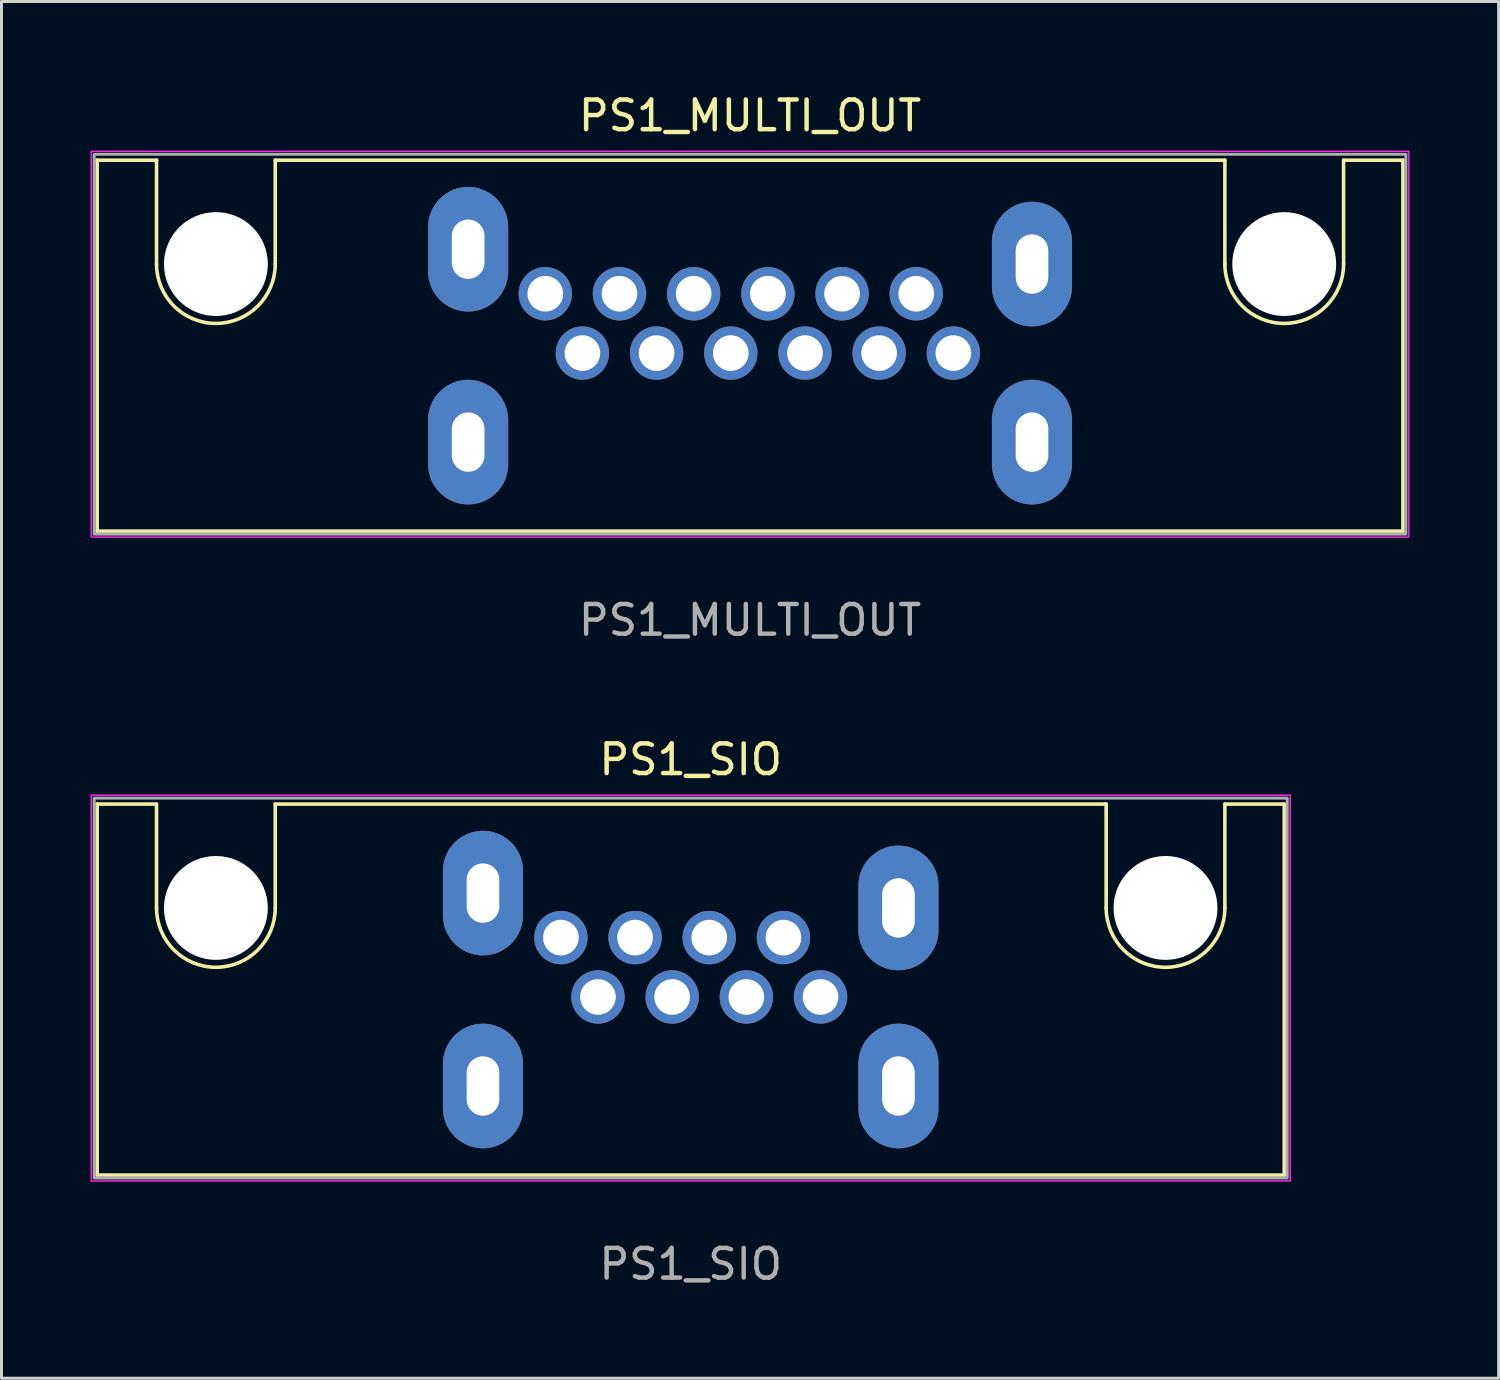
<source format=kicad_pcb>
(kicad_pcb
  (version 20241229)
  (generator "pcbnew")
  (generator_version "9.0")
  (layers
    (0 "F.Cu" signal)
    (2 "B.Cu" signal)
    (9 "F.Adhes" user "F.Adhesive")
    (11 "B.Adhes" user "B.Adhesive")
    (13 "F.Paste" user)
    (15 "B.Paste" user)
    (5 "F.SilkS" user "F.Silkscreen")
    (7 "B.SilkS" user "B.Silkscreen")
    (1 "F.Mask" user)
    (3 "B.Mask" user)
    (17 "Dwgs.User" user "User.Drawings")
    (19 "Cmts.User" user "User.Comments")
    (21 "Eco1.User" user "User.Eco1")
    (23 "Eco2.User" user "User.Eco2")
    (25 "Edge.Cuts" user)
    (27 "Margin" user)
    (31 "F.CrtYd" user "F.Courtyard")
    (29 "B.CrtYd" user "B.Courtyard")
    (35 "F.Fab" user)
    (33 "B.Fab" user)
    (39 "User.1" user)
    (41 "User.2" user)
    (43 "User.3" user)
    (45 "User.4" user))
  (footprint "PS1_MULTI_OUT"
    (layer "F.Cu")
    (at 22.225 14.848)
    (property "Reference" "PS1_MULTI_OUT" (at 0 -14 0) (unlocked yes) (layer "F.SilkS") (effects (font (size 1 1) (thickness 0.15))))
    (attr through_hole)
    (fp_line (start -22 -12.5) (end -20 -12.5) (stroke (width 0.12) (type default)) (layer "F.SilkS"))
    (fp_line (start -22 0) (end -22 -12.5) (stroke (width 0.12) (type default)) (layer "F.SilkS"))
    (fp_line (start -22 0) (end 22 0) (stroke (width 0.12) (type default)) (layer "F.SilkS"))
    (fp_line (start -20 -12.5) (end -20 -9) (stroke (width 0.12) (type default)) (layer "F.SilkS"))
    (fp_line (start -16 -12.5) (end -16 -9) (stroke (width 0.12) (type default)) (layer "F.SilkS"))
    (fp_line (start 16 -12.5) (end -16 -12.5) (stroke (width 0.12) (type default)) (layer "F.SilkS"))
    (fp_line (start 16 -9) (end 16 -12.5) (stroke (width 0.12) (type default)) (layer "F.SilkS"))
    (fp_line (start 20 -12.5) (end 20 -9) (stroke (width 0.12) (type default)) (layer "F.SilkS"))
    (fp_line (start 22 -12.5) (end 20 -12.5) (stroke (width 0.12) (type default)) (layer "F.SilkS"))
    (fp_line (start 22 0) (end 22 -12.5) (stroke (width 0.12) (type default)) (layer "F.SilkS"))
    (fp_arc (start -16 -9) (mid -18 -7) (end -20 -9) (stroke (width 0.12) (type default)) (layer "F.SilkS"))
    (fp_arc (start 20 -9) (mid 18 -7) (end 16 -9) (stroke (width 0.12) (type default)) (layer "F.SilkS"))
    (fp_rect (start -22.2 -12.8) (end 22.2 0.2) (stroke (width 0.05) (type default)) (fill no) (layer "F.CrtYd"))
    (fp_rect (start -22.1 -12.7) (end 22.1 0.1) (stroke (width 0.1) (type default)) (fill no) (layer "F.Fab"))
    (fp_line (start -8 0) (end 12 0) (stroke (width 0.12) (type default)) (layer "User.1"))
    (fp_text user "${REFERENCE}" (at 0 3 0) (unlocked yes) (layer "F.Fab") (effects (font (size 1 1) (thickness 0.15))))
    (pad "" np_thru_hole circle (at -18 -9) (size 3.5 3.5) (drill 3.5) (layers "*.Cu"))
    (pad "" np_thru_hole circle (at 18 -9) (size 3.5 3.5) (drill 3.5) (layers "*.Cu"))
    (pad "1" thru_hole circle (at 6.85 -6) (size 1.8 1.8) (drill 1.2) (layers "*.Cu" "*.Mask"))
    (pad "2" thru_hole circle (at 5.6 -8) (size 1.8 1.8) (drill 1.2) (layers "*.Cu" "*.Mask"))
    (pad "3" thru_hole circle (at 4.35 -6) (size 1.8 1.8) (drill 1.2) (layers "*.Cu" "*.Mask"))
    (pad "4" thru_hole circle (at 3.1 -8) (size 1.8 1.8) (drill 1.2) (layers "*.Cu" "*.Mask"))
    (pad "5" thru_hole circle (at 1.85 -6) (size 1.8 1.8) (drill 1.2) (layers "*.Cu" "*.Mask"))
    (pad "6" thru_hole circle (at 0.6 -8) (size 1.8 1.8) (drill 1.2) (layers "*.Cu" "*.Mask"))
    (pad "7" thru_hole circle (at -0.65 -6) (size 1.8 1.8) (drill 1.2) (layers "*.Cu" "*.Mask"))
    (pad "8" thru_hole circle (at -1.9 -8) (size 1.8 1.8) (drill 1.2) (layers "*.Cu" "*.Mask"))
    (pad "9" thru_hole circle (at -3.15 -6) (size 1.8 1.8) (drill 1.2) (layers "*.Cu" "*.Mask"))
    (pad "10" thru_hole circle (at -4.4 -8) (size 1.8 1.8) (drill 1.2) (layers "*.Cu" "*.Mask"))
    (pad "11" thru_hole circle (at -5.65 -6) (size 1.8 1.8) (drill 1.2) (layers "*.Cu" "*.Mask"))
    (pad "12" thru_hole circle (at -6.9 -8) (size 1.8 1.8) (drill 1.2) (layers "*.Cu" "*.Mask"))
    (pad "S" thru_hole oval (at -9.5 -9.5) (size 2.7 4.2) (drill oval 1.1 2) (layers "*.Cu" "*.Mask"))
    (pad "S" thru_hole oval (at -9.5 -3) (size 2.7 4.2) (drill oval 1.1 2) (layers "*.Cu" "*.Mask"))
    (pad "S" thru_hole oval (at 9.5 -9) (size 2.7 4.2) (drill oval 1.1 2) (layers "*.Cu" "*.Mask"))
    (pad "S" thru_hole oval (at 9.5 -3) (size 2.7 4.2) (drill oval 1.1 2) (layers "*.Cu" "*.Mask")))
  (footprint "PS1_SIO"
    (layer "F.Cu")
    (at 20.225 36.545)
    (property "Reference" "PS1_SIO" (at 0 -14 0) (unlocked yes) (layer "F.SilkS") (effects (font (size 1 1) (thickness 0.15))))
    (attr through_hole)
    (fp_line (start -20 -12.5) (end -18 -12.5) (stroke (width 0.12) (type default)) (layer "F.SilkS"))
    (fp_line (start -20 0) (end -20 -12.5) (stroke (width 0.12) (type default)) (layer "F.SilkS"))
    (fp_line (start -20 0) (end 20 0) (stroke (width 0.12) (type default)) (layer "F.SilkS"))
    (fp_line (start -18 -12.5) (end -18 -9) (stroke (width 0.12) (type default)) (layer "F.SilkS"))
    (fp_line (start -14 -12.5) (end -14 -9) (stroke (width 0.12) (type default)) (layer "F.SilkS"))
    (fp_line (start 14 -12.5) (end -14 -12.5) (stroke (width 0.12) (type default)) (layer "F.SilkS"))
    (fp_line (start 14 -9) (end 14 -12.5) (stroke (width 0.12) (type default)) (layer "F.SilkS"))
    (fp_line (start 18 -12.5) (end 18 -9) (stroke (width 0.12) (type default)) (layer "F.SilkS"))
    (fp_line (start 20 -12.5) (end 18 -12.5) (stroke (width 0.12) (type default)) (layer "F.SilkS"))
    (fp_line (start 20 0) (end 20 -12.5) (stroke (width 0.12) (type default)) (layer "F.SilkS"))
    (fp_arc (start -14 -9) (mid -16 -7) (end -18 -9) (stroke (width 0.12) (type default)) (layer "F.SilkS"))
    (fp_arc (start 18 -9) (mid 16 -7) (end 14 -9) (stroke (width 0.12) (type default)) (layer "F.SilkS"))
    (fp_rect (start -20.2 -12.8) (end 20.2 0.2) (stroke (width 0.05) (type default)) (fill no) (layer "F.CrtYd"))
    (fp_rect (start -20.1 -12.7) (end 20.1 0.1) (stroke (width 0.1) (type default)) (fill no) (layer "F.Fab"))
    (fp_line (start -10 0) (end 10 0) (stroke (width 0.12) (type default)) (layer "User.1"))
    (fp_text user "${REFERENCE}" (at 0 3 0) (unlocked yes) (layer "F.Fab") (effects (font (size 1 1) (thickness 0.15))))
    (pad "" np_thru_hole circle (at -16 -9) (size 3.5 3.5) (drill 3.5) (layers "*.Cu"))
    (pad "" np_thru_hole circle (at 16 -9) (size 3.5 3.5) (drill 3.5) (layers "*.Cu"))
    (pad "1" thru_hole circle (at 4.375 -6) (size 1.8 1.8) (drill 1.2) (layers "*.Cu" "*.Mask"))
    (pad "2" thru_hole circle (at 3.125 -8) (size 1.8 1.8) (drill 1.2) (layers "*.Cu" "*.Mask"))
    (pad "3" thru_hole circle (at 1.875 -6) (size 1.8 1.8) (drill 1.2) (layers "*.Cu" "*.Mask"))
    (pad "4" thru_hole circle (at 0.625 -8) (size 1.8 1.8) (drill 1.2) (layers "*.Cu" "*.Mask"))
    (pad "5" thru_hole circle (at -0.625 -6) (size 1.8 1.8) (drill 1.2) (layers "*.Cu" "*.Mask"))
    (pad "6" thru_hole circle (at -1.875 -8) (size 1.8 1.8) (drill 1.2) (layers "*.Cu" "*.Mask"))
    (pad "7" thru_hole circle (at -3.125 -6) (size 1.8 1.8) (drill 1.2) (layers "*.Cu" "*.Mask"))
    (pad "8" thru_hole circle (at -4.375 -8) (size 1.8 1.8) (drill 1.2) (layers "*.Cu" "*.Mask"))
    (pad "S" thru_hole oval (at -7 -9.5) (size 2.7 4.2) (drill oval 1.1 2) (layers "*.Cu" "*.Mask"))
    (pad "S" thru_hole oval (at -7 -3) (size 2.7 4.2) (drill oval 1.1 2) (layers "*.Cu" "*.Mask"))
    (pad "S" thru_hole oval (at 7 -9) (size 2.7 4.2) (drill oval 1.1 2) (layers "*.Cu" "*.Mask"))
    (pad "S" thru_hole oval (at 7 -3) (size 2.7 4.2) (drill oval 1.1 2) (layers "*.Cu" "*.Mask")))
  (gr_rect
    (start -3 -3)
    (end 47.45 43.393)
    (stroke (width 0.1) (type default))
    (fill no)
    (layer "Edge.Cuts")))
</source>
